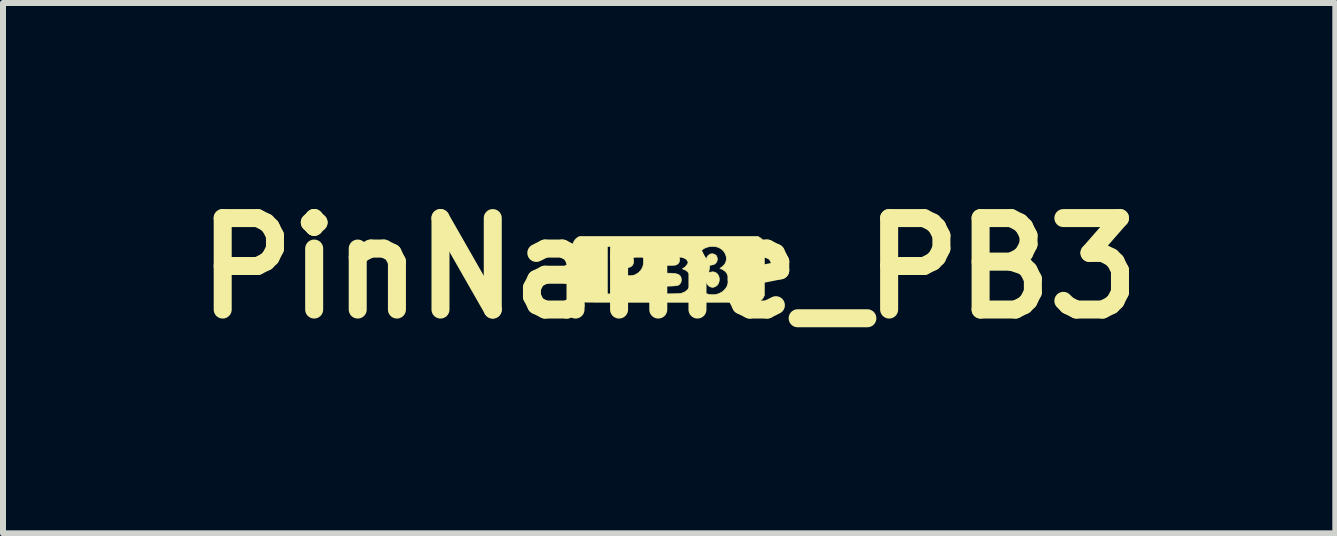
<source format=kicad_pcb>
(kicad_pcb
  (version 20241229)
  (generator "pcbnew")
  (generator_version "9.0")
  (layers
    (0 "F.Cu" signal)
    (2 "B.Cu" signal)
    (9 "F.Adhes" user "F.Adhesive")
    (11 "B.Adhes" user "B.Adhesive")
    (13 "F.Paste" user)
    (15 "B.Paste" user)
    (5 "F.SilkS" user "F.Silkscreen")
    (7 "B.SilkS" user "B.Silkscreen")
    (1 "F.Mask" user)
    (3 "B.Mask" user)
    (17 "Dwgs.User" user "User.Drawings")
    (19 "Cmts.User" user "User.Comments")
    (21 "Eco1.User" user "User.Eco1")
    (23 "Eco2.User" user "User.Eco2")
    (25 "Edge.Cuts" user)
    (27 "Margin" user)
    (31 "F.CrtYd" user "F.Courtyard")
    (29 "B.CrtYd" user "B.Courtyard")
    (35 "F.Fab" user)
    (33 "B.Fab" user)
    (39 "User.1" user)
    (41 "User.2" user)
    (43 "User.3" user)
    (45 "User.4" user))
  (footprint "PinName_PB3"
    (layer "F.Cu")
    (at 8.099 1.418)
    (property "Reference" "PinName_PB3" (at 0 0 0) (layer "F.SilkS") (effects (font (size 1.524 1.524) (thickness 0.3))))
    (attr through_hole)
    (fp_poly (pts (xy -0.772 -0.226) (xy -0.672 -0.224) (xy -0.647 -0.21) (xy -0.621 -0.192) (xy -0.604 -0.171) (xy -0.594 -0.146) (xy -0.592 -0.127) (xy -0.593 -0.093) (xy -0.602 -0.065) (xy -0.618 -0.041) (xy -0.642 -0.023) (xy -0.647 -0.021) (xy -0.668 -0.013) (xy -0.698 -0.007) (xy -0.736 -0.003) (xy -0.782 -0.001) (xy -0.816 -0.000119) (xy -0.873 0) (xy -0.873 -0.227) (xy -0.772 -0.226)) (stroke (width 0.01) (type solid)) (fill yes) (layer "F.SilkS"))
    (fp_poly (pts (xy -0.052 0.083) (xy -0.001 0.084) (xy 0.042 0.085) (xy 0.077 0.088) (xy 0.105 0.091) (xy 0.128 0.096) (xy 0.146 0.102) (xy 0.151 0.104) (xy 0.174 0.119) (xy 0.19 0.138) (xy 0.199 0.162) (xy 0.202 0.182) (xy 0.202 0.211) (xy 0.196 0.236) (xy 0.183 0.257) (xy 0.176 0.265) (xy 0.168 0.273) (xy 0.158 0.28) (xy 0.148 0.285) (xy 0.134 0.289) (xy 0.117 0.292) (xy 0.095 0.294) (xy 0.067 0.296) (xy 0.031 0.298) (xy -0.01 0.299) (xy -0.134 0.302) (xy -0.134 0.083) (xy -0.052 0.083)) (stroke (width 0.01) (type solid)) (fill yes) (layer "F.SilkS"))
    (fp_poly (pts (xy -0.015 -0.23) (xy 0.025 -0.229) (xy 0.057 -0.228) (xy 0.082 -0.227) (xy 0.102 -0.225) (xy 0.117 -0.222) (xy 0.129 -0.218) (xy 0.138 -0.213) (xy 0.147 -0.206) (xy 0.151 -0.202) (xy 0.164 -0.184) (xy 0.172 -0.161) (xy 0.175 -0.136) (xy 0.174 -0.129) (xy 0.167 -0.101) (xy 0.152 -0.078) (xy 0.13 -0.061) (xy 0.126 -0.059) (xy 0.119 -0.056) (xy 0.112 -0.053) (xy 0.104 -0.052) (xy 0.093 -0.05) (xy 0.079 -0.049) (xy 0.059 -0.048) (xy 0.034 -0.048) (xy 0.001 -0.047) (xy -0.015 -0.047) (xy -0.134 -0.045) (xy -0.134 -0.232) (xy -0.015 -0.23)) (stroke (width 0.01) (type solid)) (fill yes) (layer "F.SilkS"))
    (fp_poly (pts (xy 1.502 -0.516) (xy 1.531 -0.496) (xy 1.557 -0.469) (xy 1.573 -0.442) (xy 1.586 -0.418) (xy 1.586 0.455) (xy 1.575 0.477) (xy 1.566 0.493) (xy 1.557 0.508) (xy 1.552 0.514) (xy 1.537 0.528) (xy 1.516 0.543) (xy 1.493 0.555) (xy 1.475 0.563) (xy 1.471 0.563) (xy 1.463 0.564) (xy 1.45 0.564) (xy 1.432 0.565) (xy 1.41 0.565) (xy 1.382 0.565) (xy 1.349 0.566) (xy 1.31 0.566) (xy 1.265 0.566) (xy 1.214 0.567) (xy 1.156 0.567) (xy 1.092 0.567) (xy 1.022 0.567) (xy 0.944 0.567) (xy 0.858 0.567) (xy 0.766 0.568) (xy 0.665 0.568) (xy 0.557 0.568) (xy 0.44 0.568) (xy 0.315 0.568) (xy 0.181 0.568) (xy 0.038 0.568) (xy -0.012 0.568) (xy -0.15 0.568) (xy -0.279 0.568) (xy -0.4 0.568) (xy -0.512 0.568) (xy -0.616 0.568) (xy -0.713 0.568) (xy -0.802 0.568) (xy -0.884 0.567) (xy -0.959 0.567) (xy -1.028 0.567) (xy -1.09 0.567) (xy -1.147 0.567) (xy -1.198 0.567) (xy -1.243 0.567) (xy -1.284 0.566) (xy -1.32 0.566) (xy -1.352 0.566) (xy -1.379 0.566) (xy -1.403 0.565) (xy -1.423 0.565) (xy -1.44 0.565) (xy -1.455 0.564) (xy -1.466 0.564) (xy -1.476 0.563) (xy -1.483 0.562) (xy -1.489 0.562) (xy -1.494 0.561) (xy -1.497 0.56) (xy -1.5 0.56) (xy -1.502 0.559) (xy -1.503 0.559) (xy -1.537 0.542) (xy -1.563 0.52) (xy -1.575 0.505) (xy -1.579 0.498) (xy -1.583 0.491) (xy -1.587 0.485) (xy -1.59 0.479) (xy -1.593 0.471) (xy -1.595 0.462) (xy -1.597 0.45) (xy -1.598 0.436) (xy -1.599 0.43) (xy -0.291 0.43) (xy -0.059 0.428) (xy -0.005 0.428) (xy 0.041 0.427) (xy 0.08 0.426) (xy 0.111 0.426) (xy 0.137 0.425) (xy 0.157 0.424) (xy 0.173 0.423) (xy 0.186 0.422) (xy 0.195 0.42) (xy 0.202 0.419) (xy 0.245 0.403) (xy 0.282 0.381) (xy 0.313 0.352) (xy 0.337 0.316) (xy 0.355 0.274) (xy 0.363 0.243) (xy 0.365 0.23) (xy 0.467 0.23) (xy 0.469 0.243) (xy 0.474 0.26) (xy 0.48 0.279) (xy 0.488 0.299) (xy 0.493 0.31) (xy 0.517 0.348) (xy 0.547 0.381) (xy 0.584 0.407) (xy 0.624 0.426) (xy 0.669 0.438) (xy 0.716 0.443) (xy 0.766 0.44) (xy 0.787 0.436) (xy 0.833 0.422) (xy 0.875 0.4) (xy 0.912 0.371) (xy 0.943 0.336) (xy 0.967 0.296) (xy 0.981 0.257) (xy 0.986 0.238) (xy 0.988 0.218) (xy 0.988 0.193) (xy 0.987 0.183) (xy 0.984 0.147) (xy 0.976 0.117) (xy 0.963 0.09) (xy 0.944 0.065) (xy 0.94 0.06) (xy 0.925 0.047) (xy 0.907 0.034) (xy 0.887 0.022) (xy 0.87 0.013) (xy 0.856 0.009) (xy 0.854 0.009) (xy 0.846 0.008) (xy 0.847 0.003) (xy 0.856 -0.004) (xy 0.865 -0.01) (xy 0.885 -0.026) (xy 0.906 -0.045) (xy 0.924 -0.066) (xy 0.937 -0.086) (xy 0.937 -0.086) (xy 0.949 -0.121) (xy 0.954 -0.157) (xy 0.95 -0.195) (xy 0.938 -0.231) (xy 0.92 -0.266) (xy 0.898 -0.293) (xy 0.866 -0.321) (xy 0.831 -0.341) (xy 0.792 -0.355) (xy 0.747 -0.361) (xy 0.72 -0.362) (xy 0.67 -0.358) (xy 0.625 -0.347) (xy 0.585 -0.33) (xy 0.551 -0.305) (xy 0.523 -0.274) (xy 0.509 -0.251) (xy 0.503 -0.237) (xy 0.496 -0.221) (xy 0.489 -0.202) (xy 0.484 -0.185) (xy 0.48 -0.17) (xy 0.478 -0.16) (xy 0.479 -0.157) (xy 0.485 -0.156) (xy 0.497 -0.154) (xy 0.515 -0.151) (xy 0.535 -0.148) (xy 0.556 -0.145) (xy 0.576 -0.141) (xy 0.591 -0.138) (xy 0.602 -0.137) (xy 0.604 -0.136) (xy 0.609 -0.136) (xy 0.614 -0.14) (xy 0.618 -0.149) (xy 0.621 -0.161) (xy 0.633 -0.19) (xy 0.651 -0.213) (xy 0.673 -0.229) (xy 0.698 -0.239) (xy 0.725 -0.24) (xy 0.753 -0.232) (xy 0.755 -0.231) (xy 0.778 -0.217) (xy 0.793 -0.196) (xy 0.801 -0.17) (xy 0.802 -0.14) (xy 0.802 -0.139) (xy 0.795 -0.111) (xy 0.78 -0.087) (xy 0.759 -0.069) (xy 0.731 -0.057) (xy 0.706 -0.052) (xy 0.677 -0.048) (xy 0.669 0.009) (xy 0.666 0.031) (xy 0.663 0.05) (xy 0.661 0.063) (xy 0.661 0.069) (xy 0.661 0.07) (xy 0.665 0.07) (xy 0.675 0.069) (xy 0.691 0.066) (xy 0.694 0.066) (xy 0.714 0.062) (xy 0.73 0.061) (xy 0.746 0.063) (xy 0.752 0.065) (xy 0.778 0.075) (xy 0.801 0.093) (xy 0.818 0.116) (xy 0.83 0.144) (xy 0.836 0.175) (xy 0.834 0.209) (xy 0.829 0.234) (xy 0.816 0.263) (xy 0.798 0.287) (xy 0.775 0.304) (xy 0.75 0.315) (xy 0.723 0.319) (xy 0.696 0.315) (xy 0.67 0.303) (xy 0.655 0.292) (xy 0.641 0.277) (xy 0.629 0.259) (xy 0.62 0.24) (xy 0.615 0.223) (xy 0.614 0.218) (xy 0.613 0.209) (xy 0.611 0.206) (xy 0.605 0.206) (xy 0.592 0.207) (xy 0.574 0.208) (xy 0.553 0.211) (xy 0.531 0.213) (xy 0.509 0.216) (xy 0.49 0.219) (xy 0.476 0.221) (xy 0.469 0.223) (xy 0.468 0.223) (xy 0.467 0.23) (xy 0.365 0.23) (xy 0.368 0.199) (xy 0.364 0.158) (xy 0.351 0.119) (xy 0.33 0.084) (xy 0.301 0.054) (xy 0.29 0.045) (xy 0.273 0.034) (xy 0.254 0.024) (xy 0.244 0.02) (xy 0.232 0.015) (xy 0.223 0.01) (xy 0.222 0.009) (xy 0.225 0.005) (xy 0.235 0.000332) (xy 0.236 -0.000193) (xy 0.254 -0.011) (xy 0.273 -0.028) (xy 0.291 -0.049) (xy 0.306 -0.072) (xy 0.311 -0.082) (xy 0.318 -0.097) (xy 0.322 -0.109) (xy 0.324 -0.122) (xy 0.325 -0.138) (xy 0.326 -0.16) (xy 0.326 -0.162) (xy 0.325 -0.184) (xy 0.324 -0.201) (xy 0.322 -0.213) (xy 0.318 -0.226) (xy 0.311 -0.241) (xy 0.311 -0.241) (xy 0.289 -0.277) (xy 0.26 -0.307) (xy 0.225 -0.331) (xy 0.182 -0.348) (xy 0.177 -0.349) (xy 0.169 -0.351) (xy 0.16 -0.353) (xy 0.148 -0.354) (xy 0.133 -0.355) (xy 0.114 -0.356) (xy 0.09 -0.357) (xy 0.059 -0.358) (xy 0.022 -0.358) (xy -0.023 -0.359) (xy -0.07 -0.359) (xy -0.291 -0.361) (xy -0.291 0.43) (xy -1.599 0.43) (xy -1.599 0.429) (xy -1.03 0.429) (xy -0.873 0.429) (xy -0.873 0.13) (xy -0.747 0.128) (xy -0.705 0.127) (xy -0.671 0.126) (xy -0.644 0.125) (xy -0.622 0.123) (xy -0.604 0.12) (xy -0.589 0.116) (xy -0.574 0.112) (xy -0.56 0.106) (xy -0.552 0.101) (xy -0.516 0.079) (xy -0.484 0.049) (xy -0.459 0.014) (xy -0.44 -0.025) (xy -0.438 -0.032) (xy -0.432 -0.059) (xy -0.429 -0.092) (xy -0.428 -0.127) (xy -0.43 -0.161) (xy -0.435 -0.191) (xy -0.436 -0.193) (xy -0.451 -0.236) (xy -0.475 -0.273) (xy -0.505 -0.305) (xy -0.541 -0.329) (xy -0.582 -0.347) (xy -0.589 -0.349) (xy -0.597 -0.351) (xy -0.607 -0.353) (xy -0.619 -0.354) (xy -0.635 -0.355) (xy -0.655 -0.356) (xy -0.681 -0.357) (xy -0.713 -0.358) (xy -0.752 -0.358) (xy -0.799 -0.359) (xy -0.823 -0.359) (xy -1.03 -0.361) (xy -1.03 0.429) (xy -1.599 0.429) (xy -1.6 0.418) (xy -1.601 0.396) (xy -1.601 0.369) (xy -1.602 0.338) (xy -1.602 0.3) (xy -1.602 0.257) (xy -1.602 0.206) (xy -1.602 0.148) (xy -1.602 0.081) (xy -1.601 0.011) (xy -1.6 -0.418) (xy -1.588 -0.443) (xy -1.568 -0.475) (xy -1.541 -0.501) (xy -1.515 -0.517) (xy -1.489 -0.529) (xy 1.476 -0.529) (xy 1.502 -0.516)) (stroke (width 0.01) (type solid)) (fill yes) (layer "F.SilkS")))
  (gr_rect
    (start -3 -3)
    (end 19.198 5.836)
    (stroke (width 0.1) (type default))
    (fill no)
    (layer "Edge.Cuts")))
</source>
